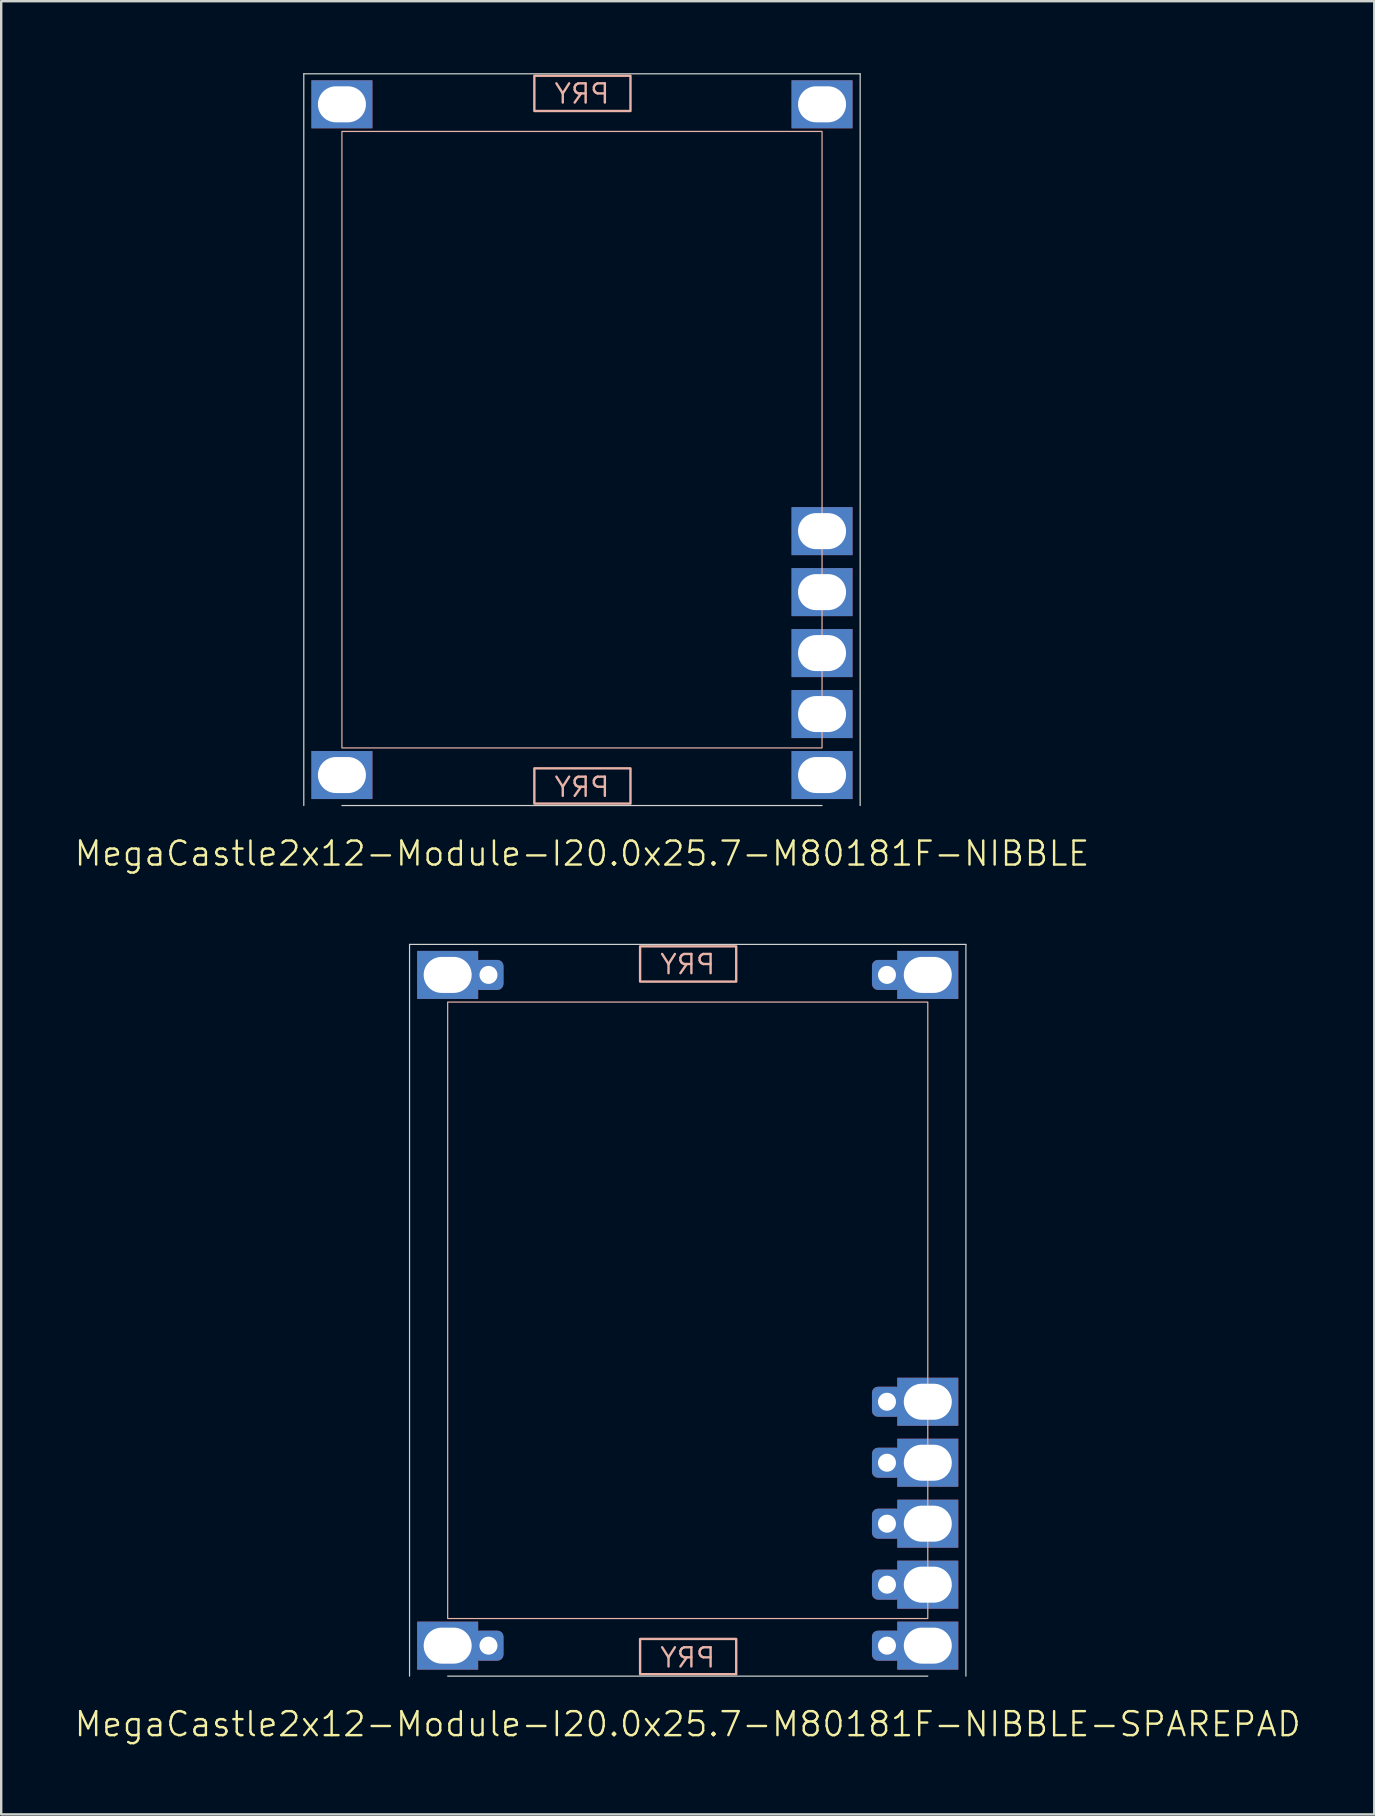
<source format=kicad_pcb>
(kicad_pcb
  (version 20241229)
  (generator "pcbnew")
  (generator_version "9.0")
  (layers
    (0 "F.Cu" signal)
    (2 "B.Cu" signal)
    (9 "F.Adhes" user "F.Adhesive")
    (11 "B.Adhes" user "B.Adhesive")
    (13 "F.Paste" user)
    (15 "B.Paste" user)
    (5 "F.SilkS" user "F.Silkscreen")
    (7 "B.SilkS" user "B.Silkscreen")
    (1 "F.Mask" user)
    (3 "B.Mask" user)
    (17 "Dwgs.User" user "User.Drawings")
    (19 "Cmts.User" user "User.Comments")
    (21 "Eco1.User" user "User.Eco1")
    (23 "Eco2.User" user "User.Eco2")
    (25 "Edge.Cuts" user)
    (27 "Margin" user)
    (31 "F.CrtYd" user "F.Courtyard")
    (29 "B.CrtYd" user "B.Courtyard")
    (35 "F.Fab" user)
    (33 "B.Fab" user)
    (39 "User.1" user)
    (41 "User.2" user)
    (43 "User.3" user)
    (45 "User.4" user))
  (footprint "MegaCastle2x12-Module-I20.0x25.7-M80181F-NIBBLE-SPAREPAD"
    (layer "F.Cu")
    (at 25.598 51.531)
    (property "Reference" "MegaCastle2x12-Module-I20.0x25.7-M80181F-NIBBLE-SPAREPAD" (at 0 17.24 0) (unlocked yes) (layer "F.SilkS") (effects (font (size 1 1) (thickness 0.1))))
    (attr smd)
    (fp_rect (start -10 12.84) (end 10 -12.84) (stroke (width 0.05) (type default)) (fill no) (layer "B.SilkS"))
    (fp_rect (start -1.984 -13.691) (end 2.02 -15.16) (stroke (width 0.1) (type default)) (fill no) (layer "B.SilkS"))
    (fp_rect (start -1.984 13.691) (end 2.02 15.16) (stroke (width 0.1) (type default)) (fill no) (layer "B.SilkS"))
    (fp_line (start -11.588 -15.24) (end -11.588 15.24) (stroke (width 0.05) (type default)) (layer "Edge.Cuts"))
    (fp_line (start -11.588 -15.24) (end 11.588 -15.24) (stroke (width 0.05) (type default)) (layer "Edge.Cuts"))
    (fp_line (start -10 15.24) (end 10 15.24) (stroke (width 0.05) (type default)) (layer "Edge.Cuts"))
    (fp_line (start 11.588 -15.24) (end 11.588 15.24) (stroke (width 0.05) (type default)) (layer "Edge.Cuts"))
    (fp_text user "PRY" (at 0 -13.94 0) (unlocked yes) (layer "B.SilkS") (effects (font (size 0.8 0.8) (thickness 0.1)) (justify bottom mirror)))
    (fp_text user "PRY" (at 0 14.94 0) (unlocked yes) (layer "B.SilkS") (effects (font (size 0.8 0.8) (thickness 0.1)) (justify bottom mirror)))
    (pad "1" thru_hole rect (at -10 -13.97) (size 2.54 2) (drill oval 2 1.5) (property pad_prop_castellated) (layers "*.Cu" "*.Mask"))
    (pad "1" thru_hole roundrect (at -8.3 -13.97 180) (size 1.25 1.25) (drill 0.75) (layers "*.Cu" "*.Mask") (roundrect_rratio 0.2))
    (pad "12" thru_hole rect (at -10 13.97) (size 2.54 2) (drill oval 2 1.5) (property pad_prop_castellated) (layers "*.Cu" "*.Mask"))
    (pad "12" thru_hole roundrect (at -8.3 13.97 180) (size 1.25 1.25) (drill 0.75) (layers "*.Cu" "*.Mask") (roundrect_rratio 0.2))
    (pad "13" thru_hole roundrect (at 8.3 -13.97 180) (size 1.25 1.25) (drill 0.75) (layers "*.Cu" "*.Mask") (roundrect_rratio 0.2))
    (pad "13" thru_hole rect (at 10 -13.97) (size 2.54 2) (drill oval 2 1.5) (property pad_prop_castellated) (layers "*.Cu" "*.Mask"))
    (pad "20" thru_hole roundrect (at 8.3 3.81 180) (size 1.25 1.25) (drill 0.75) (layers "*.Cu" "*.Mask") (roundrect_rratio 0.2))
    (pad "20" thru_hole rect (at 10 3.81) (size 2.54 2) (drill oval 2 1.5) (property pad_prop_castellated) (layers "*.Cu" "*.Mask"))
    (pad "21" thru_hole roundrect (at 8.3 6.35 180) (size 1.25 1.25) (drill 0.75) (layers "*.Cu" "*.Mask") (roundrect_rratio 0.2))
    (pad "21" thru_hole rect (at 10 6.35) (size 2.54 2) (drill oval 2 1.5) (property pad_prop_castellated) (layers "*.Cu" "*.Mask"))
    (pad "22" thru_hole roundrect (at 8.3 8.89 180) (size 1.25 1.25) (drill 0.75) (layers "*.Cu" "*.Mask") (roundrect_rratio 0.2))
    (pad "22" thru_hole rect (at 10 8.89) (size 2.54 2) (drill oval 2 1.5) (property pad_prop_castellated) (layers "*.Cu" "*.Mask"))
    (pad "23" thru_hole roundrect (at 8.3 11.43 180) (size 1.25 1.25) (drill 0.75) (layers "*.Cu" "*.Mask") (roundrect_rratio 0.2))
    (pad "23" thru_hole rect (at 10 11.43) (size 2.54 2) (drill oval 2 1.5) (property pad_prop_castellated) (layers "*.Cu" "*.Mask"))
    (pad "24" thru_hole roundrect (at 8.3 13.97 180) (size 1.25 1.25) (drill 0.75) (layers "*.Cu" "*.Mask") (roundrect_rratio 0.2))
    (pad "24" thru_hole rect (at 10 13.97) (size 2.54 2) (drill oval 2 1.5) (property pad_prop_castellated) (layers "*.Cu" "*.Mask"))
    (zone (net_name "") (layer "B.Cu") (hatch edge 0.5) (connect_pads) (min_thickness 0.25) (filled_areas_thickness no) (keepout (tracks allowed) (vias allowed) (pads allowed) (copperpour allowed) (footprints not_allowed)) (placement (enabled no)) (fill) (polygon (pts (xy 15.598 66.77) (xy 15.598 36.291))))
    (zone (net_name "") (layer "B.Cu") (hatch edge 0.5) (connect_pads) (min_thickness 0.25) (filled_areas_thickness no) (keepout (tracks allowed) (vias allowed) (pads allowed) (copperpour allowed) (footprints not_allowed)) (placement (enabled no)) (fill) (polygon (pts (xy 35.598 66.77) (xy 35.598 36.291))))
    (zone (net_name "") (layer "B.Cu") (hatch edge 0.5) (connect_pads) (min_thickness 0.25) (filled_areas_thickness no) (keepout (tracks allowed) (vias allowed) (pads allowed) (copperpour allowed) (footprints not_allowed)) (placement (enabled no)) (fill) (polygon (pts (xy 15.598 36.291) (xy 15.598 38.691) (xy 35.598 38.691) (xy 35.598 36.291))))
    (zone (net_name "") (layer "B.Cu") (hatch edge 0.5) (connect_pads) (min_thickness 0.25) (filled_areas_thickness no) (keepout (tracks allowed) (vias allowed) (pads allowed) (copperpour allowed) (footprints not_allowed)) (placement (enabled no)) (fill) (polygon (pts (xy 15.598 66.77) (xy 15.598 64.371) (xy 35.598 64.371) (xy 35.598 66.77))))
    (zone (net_name "") (layer "B.Cu") (name "Upper Pry Zone") (hatch edge 0.5) (connect_pads) (min_thickness 0.25) (filled_areas_thickness no) (keepout (tracks not_allowed) (vias not_allowed) (pads not_allowed) (copperpour allowed) (footprints not_allowed)) (placement (enabled no)) (fill) (polygon (pts (xy 23.613 37.839) (xy 23.613 36.37) (xy 27.617 36.37) (xy 27.617 37.839))))
    (zone (net_name "") (layer "B.Cu") (name "Upper Pry Zone") (hatch edge 0.5) (connect_pads) (min_thickness 0.25) (filled_areas_thickness no) (keepout (tracks not_allowed) (vias not_allowed) (pads not_allowed) (copperpour allowed) (footprints not_allowed)) (placement (enabled no)) (fill) (polygon (pts (xy 23.613 65.222) (xy 23.613 66.691) (xy 27.617 66.691) (xy 27.617 65.222)))))
  (footprint "MegaCastle2x12-Module-I20.0x25.7-M80181F-NIBBLE"
    (layer "F.Cu")
    (at 21.193 15.265)
    (property "Reference" "MegaCastle2x12-Module-I20.0x25.7-M80181F-NIBBLE" (at 0 17.24 0) (unlocked yes) (layer "F.SilkS") (effects (font (size 1 1) (thickness 0.1))))
    (attr smd)
    (fp_rect (start -10 12.84) (end 10 -12.84) (stroke (width 0.05) (type default)) (fill no) (layer "B.SilkS"))
    (fp_rect (start -1.984 -13.691) (end 2.02 -15.16) (stroke (width 0.1) (type default)) (fill no) (layer "B.SilkS"))
    (fp_rect (start -1.984 13.691) (end 2.02 15.16) (stroke (width 0.1) (type default)) (fill no) (layer "B.SilkS"))
    (fp_line (start -11.588 -15.24) (end -11.588 15.24) (stroke (width 0.05) (type default)) (layer "Edge.Cuts"))
    (fp_line (start -11.588 -15.24) (end 11.588 -15.24) (stroke (width 0.05) (type default)) (layer "Edge.Cuts"))
    (fp_line (start -10 15.24) (end 10 15.24) (stroke (width 0.05) (type default)) (layer "Edge.Cuts"))
    (fp_line (start 11.588 -15.24) (end 11.588 15.24) (stroke (width 0.05) (type default)) (layer "Edge.Cuts"))
    (fp_text user "PRY" (at 0 14.94 0) (unlocked yes) (layer "B.SilkS") (effects (font (size 0.8 0.8) (thickness 0.1)) (justify bottom mirror)))
    (fp_text user "PRY" (at 0 -13.94 0) (unlocked yes) (layer "B.SilkS") (effects (font (size 0.8 0.8) (thickness 0.1)) (justify bottom mirror)))
    (pad "1" thru_hole rect (at -10 -13.97) (size 2.54 2) (drill oval 2 1.5) (property pad_prop_castellated) (layers "*.Cu" "*.Mask"))
    (pad "12" thru_hole rect (at -10 13.97) (size 2.54 2) (drill oval 2 1.5) (property pad_prop_castellated) (layers "*.Cu" "*.Mask"))
    (pad "13" thru_hole rect (at 10 -13.97) (size 2.54 2) (drill oval 2 1.5) (property pad_prop_castellated) (layers "*.Cu" "*.Mask"))
    (pad "20" thru_hole rect (at 10 3.81) (size 2.54 2) (drill oval 2 1.5) (property pad_prop_castellated) (layers "*.Cu" "*.Mask"))
    (pad "21" thru_hole rect (at 10 6.35) (size 2.54 2) (drill oval 2 1.5) (property pad_prop_castellated) (layers "*.Cu" "*.Mask"))
    (pad "22" thru_hole rect (at 10 8.89) (size 2.54 2) (drill oval 2 1.5) (property pad_prop_castellated) (layers "*.Cu" "*.Mask"))
    (pad "23" thru_hole rect (at 10 11.43) (size 2.54 2) (drill oval 2 1.5) (property pad_prop_castellated) (layers "*.Cu" "*.Mask"))
    (pad "24" thru_hole rect (at 10 13.97) (size 2.54 2) (drill oval 2 1.5) (property pad_prop_castellated) (layers "*.Cu" "*.Mask"))
    (zone (net_name "") (layer "B.Cu") (hatch edge 0.5) (connect_pads) (min_thickness 0.25) (filled_areas_thickness no) (keepout (tracks allowed) (vias allowed) (pads allowed) (copperpour allowed) (footprints not_allowed)) (placement (enabled no)) (fill) (polygon (pts (xy 11.193 30.505) (xy 11.193 0.025))))
    (zone (net_name "") (layer "B.Cu") (hatch edge 0.5) (connect_pads) (min_thickness 0.25) (filled_areas_thickness no) (keepout (tracks allowed) (vias allowed) (pads allowed) (copperpour allowed) (footprints not_allowed)) (placement (enabled no)) (fill) (polygon (pts (xy 31.193 30.505) (xy 31.193 0.025))))
    (zone (net_name "") (layer "B.Cu") (hatch edge 0.5) (connect_pads) (min_thickness 0.25) (filled_areas_thickness no) (keepout (tracks allowed) (vias allowed) (pads allowed) (copperpour allowed) (footprints not_allowed)) (placement (enabled no)) (fill) (polygon (pts (xy 11.193 0.025) (xy 11.193 2.425) (xy 31.193 2.425) (xy 31.193 0.025))))
    (zone (net_name "") (layer "B.Cu") (hatch edge 0.5) (connect_pads) (min_thickness 0.25) (filled_areas_thickness no) (keepout (tracks allowed) (vias allowed) (pads allowed) (copperpour allowed) (footprints not_allowed)) (placement (enabled no)) (fill) (polygon (pts (xy 11.193 30.505) (xy 11.193 28.105) (xy 31.193 28.105) (xy 31.193 30.505))))
    (zone (net_name "") (layer "B.Cu") (name "Upper Pry Zone") (hatch edge 0.5) (connect_pads) (min_thickness 0.25) (filled_areas_thickness no) (keepout (tracks not_allowed) (vias not_allowed) (pads not_allowed) (copperpour allowed) (footprints not_allowed)) (placement (enabled no)) (fill) (polygon (pts (xy 19.209 1.574) (xy 19.209 0.105) (xy 23.212 0.105) (xy 23.212 1.574))))
    (zone (net_name "") (layer "B.Cu") (name "Upper Pry Zone") (hatch edge 0.5) (connect_pads) (min_thickness 0.25) (filled_areas_thickness no) (keepout (tracks not_allowed) (vias not_allowed) (pads not_allowed) (copperpour allowed) (footprints not_allowed)) (placement (enabled no)) (fill) (polygon (pts (xy 19.209 28.956) (xy 19.209 30.425) (xy 23.212 30.425) (xy 23.212 28.956)))))
  (gr_rect
    (start -3 -3)
    (end 54.195 72.531)
    (stroke (width 0.1) (type default))
    (fill no)
    (layer "Edge.Cuts")))
</source>
